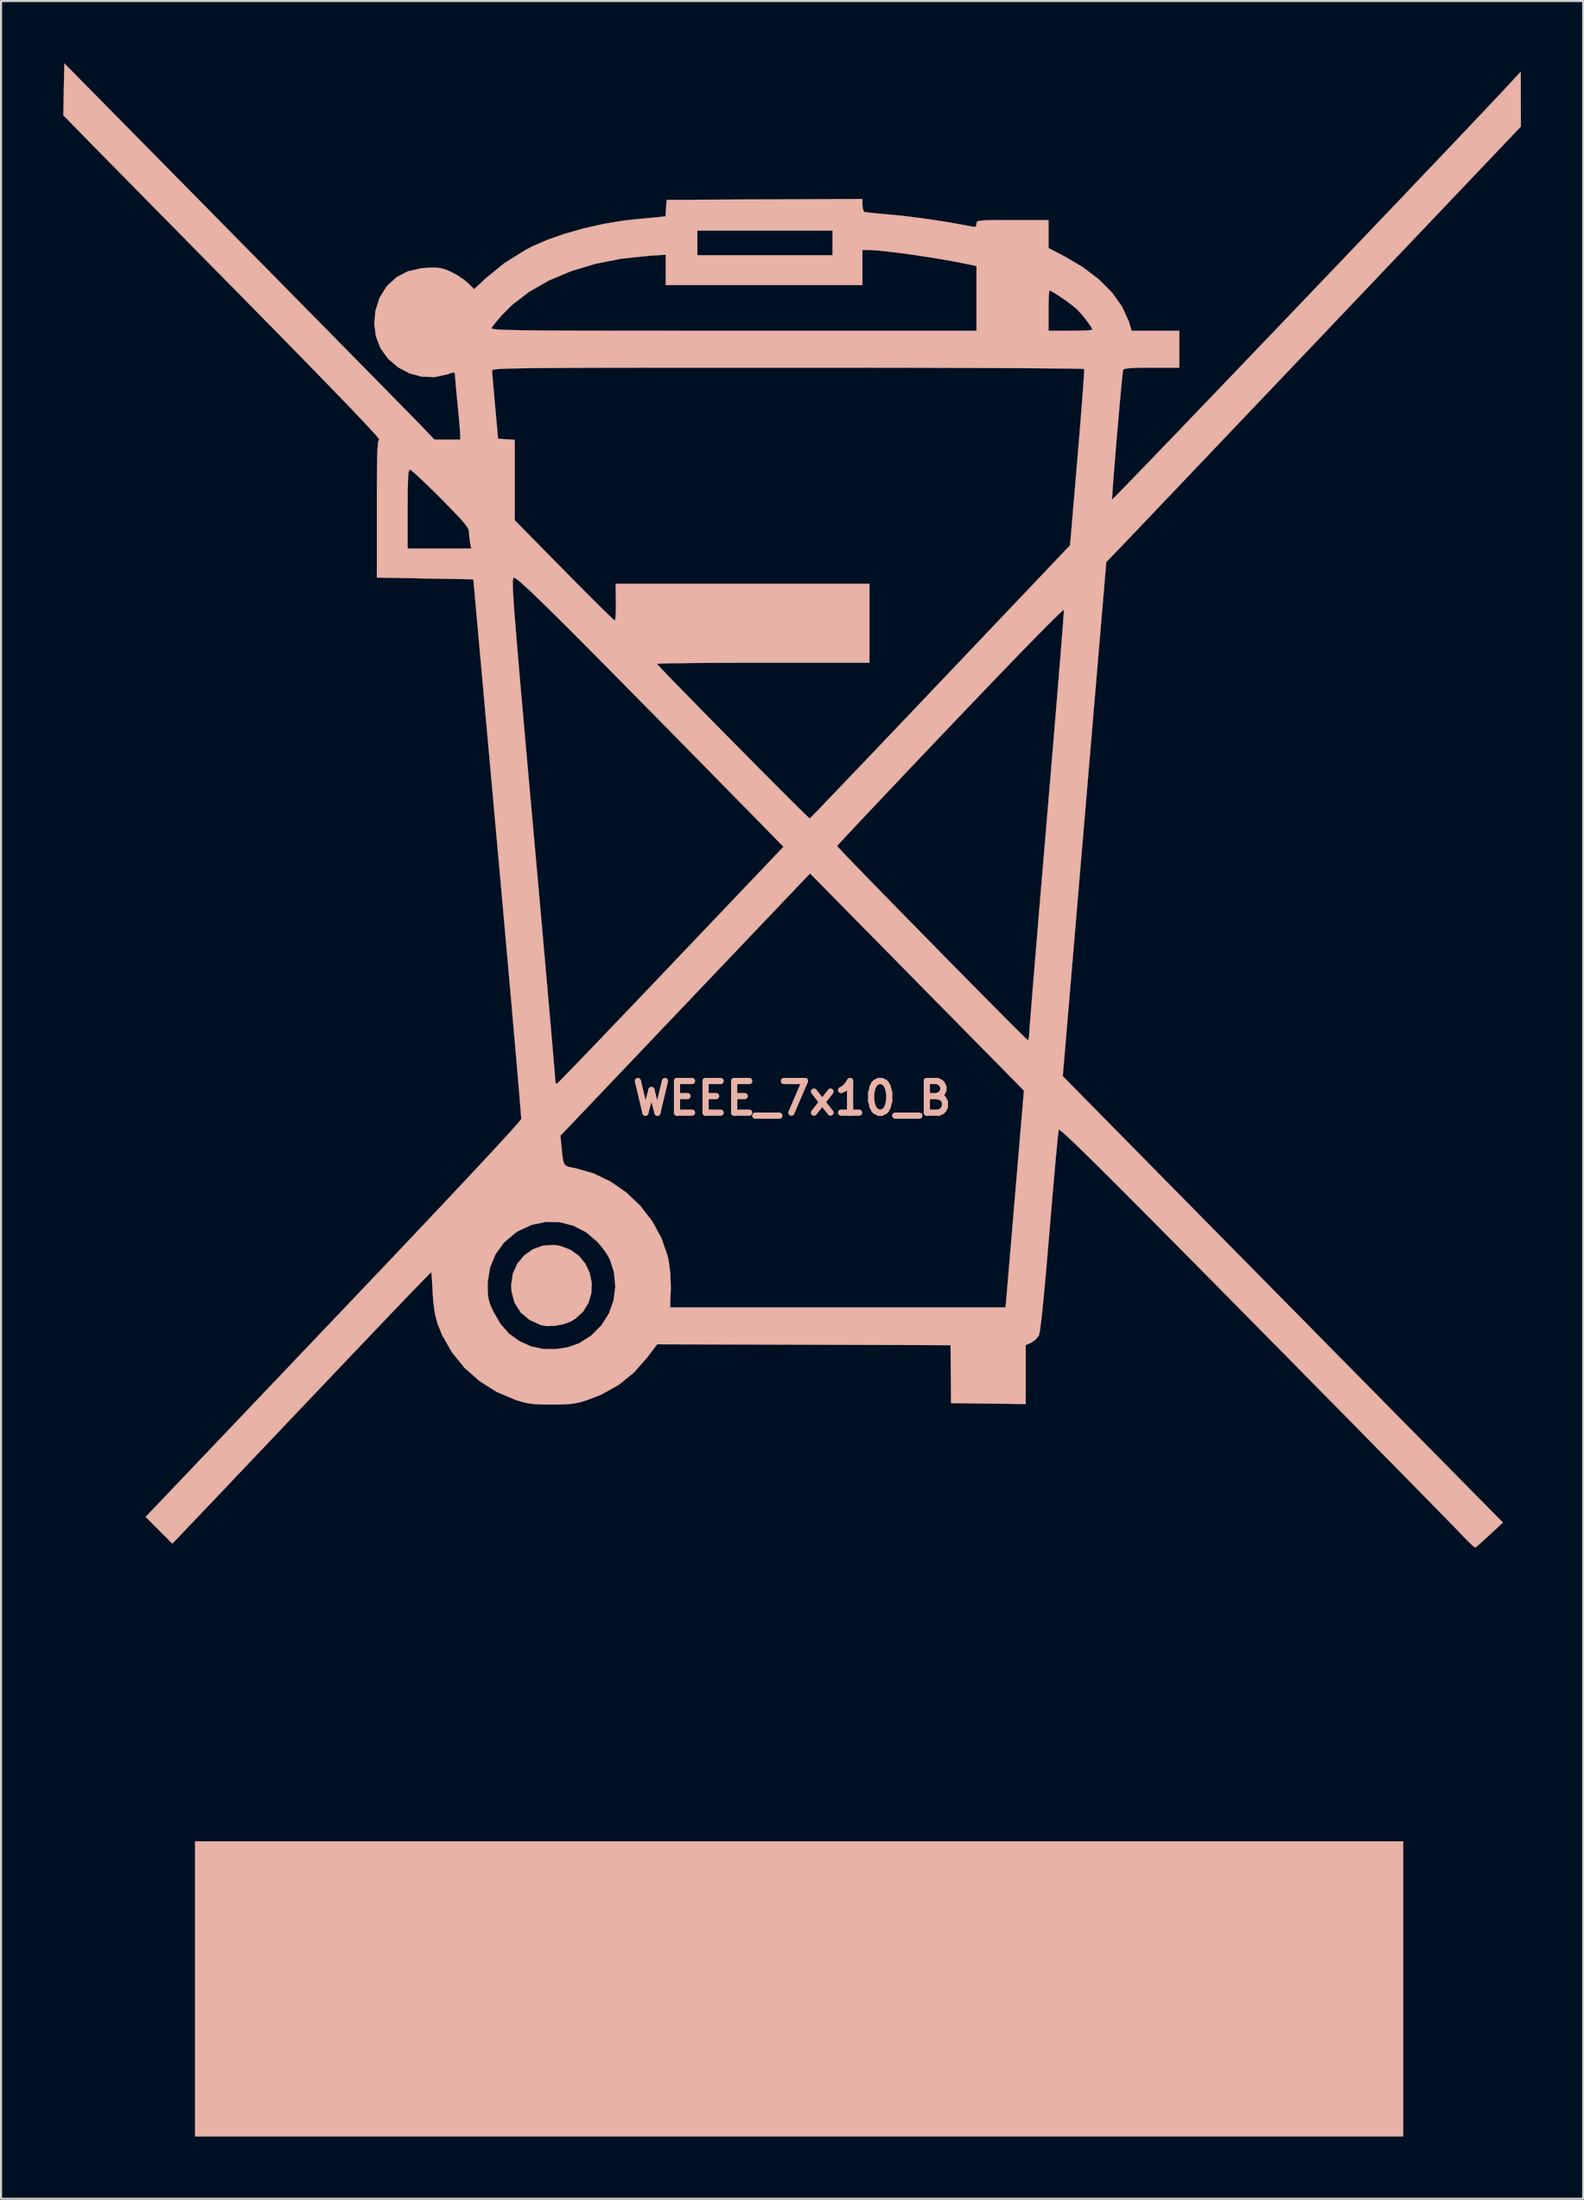
<source format=kicad_pcb>
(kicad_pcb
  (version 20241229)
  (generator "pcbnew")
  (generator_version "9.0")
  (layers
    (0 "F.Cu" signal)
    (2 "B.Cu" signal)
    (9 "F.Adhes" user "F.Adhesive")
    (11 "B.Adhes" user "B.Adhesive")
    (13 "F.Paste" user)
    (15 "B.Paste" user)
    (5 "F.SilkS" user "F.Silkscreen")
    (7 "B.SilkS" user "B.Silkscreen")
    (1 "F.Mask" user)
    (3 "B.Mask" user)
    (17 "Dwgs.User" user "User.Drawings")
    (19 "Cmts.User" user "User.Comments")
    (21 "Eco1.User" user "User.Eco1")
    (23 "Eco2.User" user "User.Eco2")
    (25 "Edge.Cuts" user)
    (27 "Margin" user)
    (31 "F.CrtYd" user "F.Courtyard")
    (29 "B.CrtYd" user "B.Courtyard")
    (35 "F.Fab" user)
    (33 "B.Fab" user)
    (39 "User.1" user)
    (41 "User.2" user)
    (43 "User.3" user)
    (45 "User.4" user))
  (footprint "WEEE_7x10_B"
    (layer "F.Cu")
    (at 35.146 49.893)
    (property "Reference" "WEEE_7x10_B" (at 0 0 0) (layer "B.SilkS") (effects (font (size 1.524 1.524) (thickness 0.3))))
    (attr through_hole)
    (fp_poly (pts (xy 29.464 50.038) (xy -28.787 50.038) (xy -28.787 35.814) (xy 29.464 35.814) (xy 29.464 50.038)) (stroke (width 0.01) (type solid)) (fill yes) (layer "B.SilkS"))
    (fp_poly (pts (xy -11.21 7.106) (xy -10.695 7.296) (xy -10.279 7.596) (xy -9.966 7.981) (xy -9.76 8.425) (xy -9.664 8.901) (xy -9.682 9.386) (xy -9.818 9.851) (xy -10.075 10.273) (xy -10.457 10.625) (xy -10.687 10.762) (xy -11.031 10.888) (xy -11.434 10.962) (xy -11.825 10.977) (xy -12.108 10.932) (xy -12.667 10.675) (xy -13.093 10.316) (xy -13.381 9.861) (xy -13.528 9.315) (xy -13.547 9.004) (xy -13.47 8.458) (xy -13.255 7.975) (xy -12.926 7.576) (xy -12.506 7.278) (xy -12.019 7.101) (xy -11.488 7.065) (xy -11.21 7.106)) (stroke (width 0.01) (type solid)) (fill yes) (layer "B.SilkS"))
    (fp_poly (pts (xy -26.797 -41.474) (xy -25.801 -40.464) (xy -24.83 -39.48) (xy -23.892 -38.528) (xy -22.994 -37.616) (xy -22.143 -36.753) (xy -21.348 -35.944) (xy -20.614 -35.199) (xy -19.951 -34.525) (xy -19.364 -33.928) (xy -18.863 -33.418) (xy -18.453 -33) (xy -18.143 -32.684) (xy -17.94 -32.476) (xy -17.872 -32.405) (xy -17.243 -31.75) (xy -16.002 -31.75) (xy -16.005 -31.983) (xy -16.014 -32.149) (xy -16.037 -32.447) (xy -16.071 -32.838) (xy -16.113 -33.285) (xy -16.129 -33.443) (xy -16.173 -33.895) (xy -16.21 -34.298) (xy -16.238 -34.617) (xy -16.252 -34.816) (xy -16.253 -34.852) (xy -16.264 -34.959) (xy -16.321 -34.991) (xy -16.467 -34.955) (xy -16.616 -34.903) (xy -17.227 -34.768) (xy -17.849 -34.787) (xy -18.452 -34.948) (xy -18.69 -35.073) (xy -14.471 -35.073) (xy -14.462 -34.944) (xy -14.439 -34.677) (xy -14.407 -34.3) (xy -14.366 -33.842) (xy -14.323 -33.359) (xy -14.181 -31.792) (xy -13.779 -31.767) (xy -13.377 -31.741) (xy -13.377 -27.865) (xy -10.997 -25.447) (xy -10.476 -24.92) (xy -9.991 -24.432) (xy -9.555 -23.996) (xy -9.182 -23.626) (xy -8.883 -23.334) (xy -8.673 -23.134) (xy -8.563 -23.036) (xy -8.551 -23.029) (xy -8.526 -23.108) (xy -8.507 -23.321) (xy -8.498 -23.634) (xy -8.498 -23.918) (xy -8.509 -24.807) (xy 3.725 -24.807) (xy 3.725 -20.997) (xy -1.397 -20.997) (xy -2.311 -20.997) (xy -3.173 -20.994) (xy -3.968 -20.99) (xy -4.681 -20.985) (xy -5.299 -20.979) (xy -5.806 -20.972) (xy -6.188 -20.964) (xy -6.431 -20.955) (xy -6.519 -20.946) (xy -6.519 -20.946) (xy -6.462 -20.876) (xy -6.297 -20.7) (xy -6.038 -20.429) (xy -5.697 -20.077) (xy -5.286 -19.655) (xy -4.818 -19.176) (xy -4.305 -18.653) (xy -3.759 -18.098) (xy -3.193 -17.524) (xy -2.62 -16.944) (xy -2.051 -16.369) (xy -1.499 -15.813) (xy -0.976 -15.288) (xy -0.496 -14.806) (xy -0.069 -14.38) (xy 0.291 -14.023) (xy 0.572 -13.748) (xy 0.761 -13.565) (xy 0.847 -13.49) (xy 0.85 -13.488) (xy 0.914 -13.551) (xy 1.086 -13.727) (xy 1.359 -14.011) (xy 1.726 -14.392) (xy 2.177 -14.864) (xy 2.707 -15.418) (xy 3.306 -16.046) (xy 3.968 -16.739) (xy 4.683 -17.489) (xy 5.445 -18.289) (xy 6.245 -19.13) (xy 6.853 -19.77) (xy 7.684 -20.643) (xy 8.485 -21.486) (xy 9.25 -22.291) (xy 9.97 -23.048) (xy 10.636 -23.749) (xy 11.241 -24.385) (xy 11.776 -24.947) (xy 12.233 -25.428) (xy 12.603 -25.818) (xy 12.879 -26.108) (xy 13.052 -26.29) (xy 13.106 -26.348) (xy 13.402 -26.66) (xy 13.76 -30.877) (xy 13.83 -31.705) (xy 13.893 -32.482) (xy 13.95 -33.191) (xy 13.998 -33.817) (xy 14.036 -34.341) (xy 14.064 -34.75) (xy 14.08 -35.025) (xy 14.083 -35.152) (xy 14.081 -35.158) (xy 13.994 -35.165) (xy 13.746 -35.171) (xy 13.347 -35.178) (xy 12.804 -35.184) (xy 12.127 -35.19) (xy 11.325 -35.195) (xy 10.406 -35.2) (xy 9.378 -35.205) (xy 8.252 -35.209) (xy 7.035 -35.212) (xy 5.737 -35.216) (xy 4.365 -35.218) (xy 2.93 -35.22) (xy 1.438 -35.221) (xy -0.099 -35.221) (xy -0.217 -35.221) (xy -2.039 -35.221) (xy -3.7 -35.221) (xy -5.206 -35.221) (xy -6.566 -35.22) (xy -7.786 -35.218) (xy -8.875 -35.217) (xy -9.839 -35.214) (xy -10.686 -35.211) (xy -11.423 -35.208) (xy -12.059 -35.203) (xy -12.601 -35.198) (xy -13.055 -35.192) (xy -13.43 -35.184) (xy -13.733 -35.176) (xy -13.972 -35.166) (xy -14.154 -35.155) (xy -14.286 -35.143) (xy -14.377 -35.129) (xy -14.433 -35.114) (xy -14.462 -35.097) (xy -14.471 -35.079) (xy -14.471 -35.073) (xy -18.69 -35.073) (xy -19.007 -35.24) (xy -19.484 -35.651) (xy -19.853 -36.165) (xy -20.071 -36.735) (xy -20.12 -37.127) (xy -14.493 -37.127) (xy -14.479 -37.108) (xy -14.439 -37.091) (xy -14.363 -37.076) (xy -14.245 -37.063) (xy -14.074 -37.051) (xy -13.844 -37.041) (xy -13.546 -37.032) (xy -13.171 -37.025) (xy -12.713 -37.019) (xy -12.161 -37.014) (xy -11.509 -37.009) (xy -10.748 -37.006) (xy -9.869 -37.004) (xy -8.865 -37.002) (xy -7.728 -37.001) (xy -6.448 -37) (xy -5.019 -36.999) (xy -3.431 -36.999) (xy -2.839 -36.999) (xy 8.89 -36.999) (xy 8.89 -37.973) (xy 12.361 -37.973) (xy 12.361 -36.999) (xy 13.42 -36.999) (xy 13.821 -37.003) (xy 14.152 -37.013) (xy 14.381 -37.027) (xy 14.477 -37.045) (xy 14.478 -37.048) (xy 14.425 -37.17) (xy 14.289 -37.375) (xy 14.102 -37.619) (xy 13.895 -37.863) (xy 13.702 -38.063) (xy 13.663 -38.098) (xy 13.462 -38.26) (xy 13.205 -38.45) (xy 12.93 -38.64) (xy 12.678 -38.804) (xy 12.488 -38.915) (xy 12.408 -38.947) (xy 12.389 -38.868) (xy 12.375 -38.653) (xy 12.365 -38.335) (xy 12.361 -37.973) (xy 8.89 -37.973) (xy 8.89 -40.118) (xy 8.462 -40.21) (xy 7.911 -40.32) (xy 7.285 -40.433) (xy 6.617 -40.543) (xy 5.94 -40.645) (xy 5.286 -40.736) (xy 4.686 -40.81) (xy 4.175 -40.864) (xy 3.783 -40.891) (xy 3.662 -40.894) (xy 3.387 -40.894) (xy 3.387 -39.201) (xy -6.096 -39.201) (xy -6.096 -40.666) (xy -6.921 -40.613) (xy -8.251 -40.472) (xy -9.505 -40.223) (xy -10.669 -39.871) (xy -11.73 -39.422) (xy -12.677 -38.882) (xy -13.494 -38.255) (xy -13.975 -37.776) (xy -14.196 -37.523) (xy -14.376 -37.302) (xy -14.482 -37.157) (xy -14.487 -37.148) (xy -14.493 -37.127) (xy -20.12 -37.127) (xy -20.148 -37.354) (xy -20.088 -37.981) (xy -19.896 -38.578) (xy -19.575 -39.107) (xy -19.524 -39.168) (xy -19.068 -39.585) (xy -18.527 -39.864) (xy -17.889 -40.01) (xy -17.642 -40.031) (xy -17.27 -40.044) (xy -17 -40.026) (xy -16.765 -39.969) (xy -16.498 -39.861) (xy -16.455 -39.841) (xy -16.128 -39.665) (xy -15.812 -39.45) (xy -15.646 -39.31) (xy -15.332 -39.005) (xy -14.762 -39.538) (xy -13.881 -40.255) (xy -12.866 -40.889) (xy -12.542 -41.059) (xy -11.823 -41.375) (xy -10.98 -41.669) (xy -10.43 -41.825) (xy -4.572 -41.825) (xy -4.572 -40.64) (xy 1.947 -40.64) (xy 1.947 -41.825) (xy -4.572 -41.825) (xy -10.43 -41.825) (xy -10.059 -41.93) (xy -9.105 -42.146) (xy -8.163 -42.304) (xy -7.578 -42.37) (xy -7.194 -42.405) (xy -6.802 -42.443) (xy -6.545 -42.468) (xy -6.105 -42.514) (xy -6.079 -42.91) (xy -6.054 -43.307) (xy -1.333 -43.329) (xy 3.387 -43.351) (xy 3.387 -43.051) (xy 3.414 -42.842) (xy 3.481 -42.726) (xy 3.493 -42.721) (xy 3.612 -42.704) (xy 3.866 -42.676) (xy 4.221 -42.642) (xy 4.642 -42.605) (xy 4.768 -42.595) (xy 5.384 -42.533) (xy 6.106 -42.443) (xy 6.877 -42.333) (xy 7.639 -42.211) (xy 8.332 -42.087) (xy 8.615 -42.031) (xy 8.803 -42.005) (xy 8.878 -42.052) (xy 8.89 -42.153) (xy 8.895 -42.214) (xy 8.923 -42.259) (xy 8.997 -42.291) (xy 9.138 -42.312) (xy 9.368 -42.325) (xy 9.708 -42.331) (xy 10.179 -42.333) (xy 10.626 -42.333) (xy 12.361 -42.333) (xy 12.361 -40.987) (xy 13.102 -40.602) (xy 14.015 -40.065) (xy 14.792 -39.475) (xy 15.425 -38.839) (xy 15.905 -38.167) (xy 16.226 -37.465) (xy 16.26 -37.359) (xy 16.367 -36.999) (xy 18.669 -36.999) (xy 18.669 -35.221) (xy 17.333 -35.221) (xy 16.789 -35.218) (xy 16.397 -35.205) (xy 16.139 -35.183) (xy 15.998 -35.149) (xy 15.959 -35.115) (xy 15.942 -35.006) (xy 15.914 -34.753) (xy 15.877 -34.379) (xy 15.833 -33.907) (xy 15.783 -33.361) (xy 15.731 -32.763) (xy 15.676 -32.136) (xy 15.623 -31.505) (xy 15.572 -30.891) (xy 15.526 -30.317) (xy 15.486 -29.808) (xy 15.455 -29.386) (xy 15.434 -29.074) (xy 15.426 -28.896) (xy 15.427 -28.863) (xy 15.486 -28.918) (xy 15.655 -29.087) (xy 15.925 -29.363) (xy 16.29 -29.739) (xy 16.742 -30.206) (xy 17.274 -30.758) (xy 17.878 -31.385) (xy 18.547 -32.08) (xy 19.273 -32.837) (xy 20.05 -33.646) (xy 20.869 -34.5) (xy 21.723 -35.391) (xy 22.605 -36.313) (xy 23.508 -37.256) (xy 24.423 -38.213) (xy 25.344 -39.176) (xy 26.263 -40.138) (xy 27.173 -41.091) (xy 28.066 -42.027) (xy 28.936 -42.938) (xy 29.773 -43.816) (xy 30.572 -44.655) (xy 31.324 -45.446) (xy 32.023 -46.181) (xy 32.66 -46.852) (xy 33.229 -47.452) (xy 33.721 -47.974) (xy 34.131 -48.408) (xy 34.449 -48.749) (xy 34.605 -48.917) (xy 35.132 -49.488) (xy 35.134 -48.165) (xy 35.137 -46.843) (xy 25.56 -36.777) (xy 24.505 -35.668) (xy 23.477 -34.589) (xy 22.483 -33.544) (xy 21.53 -32.543) (xy 20.623 -31.591) (xy 19.77 -30.694) (xy 18.977 -29.861) (xy 18.25 -29.098) (xy 17.595 -28.411) (xy 17.02 -27.807) (xy 16.531 -27.293) (xy 16.133 -26.876) (xy 15.834 -26.563) (xy 15.64 -26.36) (xy 15.564 -26.282) (xy 15.146 -25.851) (xy 14.097 -13.46) (xy 13.048 -1.069) (xy 17.309 3.254) (xy 18 3.956) (xy 18.794 4.761) (xy 19.674 5.654) (xy 20.624 6.617) (xy 21.628 7.635) (xy 22.668 8.69) (xy 23.729 9.765) (xy 24.793 10.844) (xy 25.846 11.911) (xy 26.87 12.949) (xy 27.849 13.941) (xy 27.919 14.012) (xy 34.27 20.447) (xy 33.632 21.04) (xy 33.361 21.289) (xy 33.136 21.491) (xy 32.986 21.621) (xy 32.941 21.654) (xy 32.866 21.605) (xy 32.7 21.454) (xy 32.467 21.224) (xy 32.192 20.938) (xy 32.17 20.916) (xy 32.03 20.769) (xy 31.777 20.51) (xy 31.42 20.144) (xy 30.965 19.679) (xy 30.419 19.123) (xy 29.789 18.481) (xy 29.082 17.763) (xy 28.306 16.974) (xy 27.468 16.122) (xy 26.574 15.215) (xy 25.631 14.258) (xy 24.647 13.26) (xy 23.629 12.228) (xy 22.584 11.168) (xy 22.183 10.762) (xy 20.889 9.452) (xy 19.71 8.258) (xy 18.64 7.178) (xy 17.677 6.207) (xy 16.815 5.34) (xy 16.051 4.573) (xy 15.38 3.903) (xy 14.798 3.324) (xy 14.302 2.834) (xy 13.886 2.428) (xy 13.547 2.101) (xy 13.28 1.85) (xy 13.082 1.67) (xy 12.948 1.558) (xy 12.874 1.509) (xy 12.855 1.51) (xy 12.838 1.618) (xy 12.809 1.88) (xy 12.769 2.279) (xy 12.72 2.8) (xy 12.662 3.428) (xy 12.599 4.146) (xy 12.53 4.94) (xy 12.458 5.793) (xy 12.405 6.43) (xy 12.305 7.62) (xy 12.215 8.644) (xy 12.136 9.504) (xy 12.066 10.204) (xy 12.006 10.746) (xy 11.956 11.132) (xy 11.914 11.366) (xy 11.891 11.438) (xy 11.727 11.639) (xy 11.517 11.781) (xy 11.261 11.895) (xy 11.261 14.735) (xy 9.461 14.713) (xy 7.662 14.69) (xy 7.64 11.896) (xy 0.565 11.874) (xy -6.509 11.852) (xy -6.979 12.477) (xy -7.632 13.219) (xy -8.373 13.818) (xy -9.214 14.286) (xy -9.864 14.537) (xy -10.187 14.636) (xy -10.475 14.701) (xy -10.78 14.739) (xy -11.155 14.756) (xy -11.599 14.76) (xy -12.082 14.755) (xy -12.447 14.736) (xy -12.748 14.696) (xy -13.036 14.629) (xy -13.335 14.536) (xy -14.247 14.151) (xy -15.073 13.63) (xy -15.797 12.989) (xy -16.404 12.242) (xy -16.881 11.404) (xy -17.106 10.837) (xy -17.226 10.373) (xy -17.303 9.807) (xy -17.335 9.335) (xy -17.351 9.017) (xy -14.683 9.017) (xy -14.676 9.4) (xy -14.637 9.691) (xy -14.55 9.965) (xy -14.427 10.245) (xy -14.072 10.865) (xy -13.652 11.345) (xy -13.141 11.709) (xy -12.59 11.955) (xy -12.036 12.078) (xy -11.421 12.091) (xy -10.81 11.999) (xy -10.282 11.812) (xy -9.68 11.43) (xy -9.194 10.94) (xy -8.834 10.368) (xy -8.608 9.734) (xy -8.525 9.063) (xy -8.592 8.378) (xy -8.795 7.751) (xy -8.944 7.488) (xy -9.166 7.179) (xy -9.396 6.911) (xy -9.94 6.45) (xy -10.552 6.136) (xy -11.206 5.97) (xy -11.88 5.956) (xy -12.551 6.095) (xy -13.196 6.39) (xy -13.352 6.489) (xy -13.899 6.956) (xy -14.306 7.516) (xy -14.568 8.159) (xy -14.68 8.873) (xy -14.683 9.017) (xy -17.351 9.017) (xy -17.354 8.956) (xy -17.372 8.648) (xy -17.388 8.446) (xy -17.398 8.382) (xy -17.439 8.416) (xy -17.547 8.52) (xy -17.725 8.7) (xy -17.977 8.958) (xy -18.308 9.301) (xy -18.722 9.732) (xy -19.223 10.255) (xy -19.816 10.875) (xy -20.504 11.597) (xy -21.293 12.425) (xy -22.185 13.363) (xy -23.186 14.416) (xy -24.17 15.452) (xy -24.941 16.264) (xy -25.684 17.046) (xy -26.389 17.788) (xy -27.048 18.481) (xy -27.651 19.116) (xy -28.19 19.683) (xy -28.656 20.172) (xy -29.04 20.575) (xy -29.332 20.883) (xy -29.524 21.084) (xy -29.602 21.166) (xy -29.888 21.461) (xy -30.53 20.819) (xy -31.173 20.176) (xy -22.127 10.676) (xy -20.859 9.343) (xy -19.676 8.098) (xy -18.581 6.943) (xy -17.577 5.881) (xy -16.666 4.916) (xy -15.852 4.049) (xy -15.136 3.284) (xy -14.521 2.624) (xy -14.011 2.071) (xy -13.765 1.802) (xy -11.175 1.802) (xy -11.129 2.277) (xy -11.088 2.694) (xy -11.05 2.975) (xy -10.996 3.151) (xy -10.905 3.251) (xy -10.758 3.308) (xy -10.536 3.353) (xy -10.445 3.37) (xy -9.573 3.619) (xy -8.75 4.016) (xy -7.993 4.543) (xy -7.322 5.181) (xy -6.755 5.912) (xy -6.312 6.716) (xy -6.01 7.576) (xy -5.961 7.789) (xy -5.877 8.401) (xy -5.853 9.094) (xy -5.857 9.25) (xy -5.884 10.075) (xy 2.204 10.075) (xy 10.293 10.075) (xy 11.177 -0.374) (xy 9.755 -1.817) (xy 9.431 -2.145) (xy 9.005 -2.577) (xy 8.492 -3.098) (xy 7.908 -3.691) (xy 7.267 -4.341) (xy 6.587 -5.031) (xy 5.884 -5.745) (xy 5.172 -6.468) (xy 4.597 -7.051) (xy 0.863 -10.842) (xy -11.175 1.802) (xy -13.765 1.802) (xy -13.607 1.629) (xy -13.313 1.3) (xy -13.13 1.086) (xy -13.063 0.992) (xy -13.062 0.99) (xy -13.068 0.886) (xy -13.088 0.623) (xy -13.121 0.209) (xy -13.168 -0.345) (xy -13.226 -1.031) (xy -13.296 -1.839) (xy -13.376 -2.759) (xy -13.466 -3.784) (xy -13.564 -4.902) (xy -13.671 -6.106) (xy -13.785 -7.385) (xy -13.905 -8.73) (xy -14.03 -10.133) (xy -14.161 -11.583) (xy -14.208 -12.107) (xy -15.36 -24.889) (xy -13.471 -24.889) (xy -13.471 -24.731) (xy -13.463 -24.514) (xy -13.449 -24.231) (xy -13.426 -23.875) (xy -13.395 -23.436) (xy -13.354 -22.907) (xy -13.303 -22.28) (xy -13.242 -21.547) (xy -13.17 -20.7) (xy -13.086 -19.731) (xy -12.989 -18.632) (xy -12.88 -17.395) (xy -12.757 -16.011) (xy -12.619 -14.474) (xy -12.496 -13.1) (xy -12.37 -11.694) (xy -12.248 -10.331) (xy -12.131 -9.022) (xy -12.021 -7.776) (xy -11.917 -6.602) (xy -11.82 -5.511) (xy -11.733 -4.513) (xy -11.654 -3.617) (xy -11.586 -2.834) (xy -11.529 -2.172) (xy -11.485 -1.642) (xy -11.453 -1.254) (xy -11.434 -1.018) (xy -11.43 -0.945) (xy -11.41 -0.764) (xy -11.361 -0.69) (xy -11.353 -0.691) (xy -11.285 -0.756) (xy -11.108 -0.934) (xy -10.831 -1.218) (xy -10.462 -1.599) (xy -10.01 -2.068) (xy -9.482 -2.617) (xy -8.887 -3.238) (xy -8.233 -3.921) (xy -7.529 -4.658) (xy -6.782 -5.441) (xy -6.001 -6.261) (xy -5.846 -6.424) (xy -0.417 -12.127) (xy -0.455 -12.166) (xy 2.166 -12.166) (xy 2.222 -12.098) (xy 2.387 -11.922) (xy 2.649 -11.647) (xy 2.996 -11.286) (xy 3.419 -10.85) (xy 3.906 -10.349) (xy 4.445 -9.796) (xy 5.026 -9.202) (xy 5.638 -8.577) (xy 6.27 -7.933) (xy 6.91 -7.281) (xy 7.547 -6.633) (xy 8.171 -6) (xy 8.771 -5.392) (xy 9.335 -4.822) (xy 9.852 -4.301) (xy 10.311 -3.839) (xy 10.702 -3.448) (xy 11.012 -3.14) (xy 11.232 -2.925) (xy 11.35 -2.815) (xy 11.367 -2.802) (xy 11.409 -2.871) (xy 11.43 -3.049) (xy 11.43 -3.084) (xy 11.437 -3.205) (xy 11.458 -3.483) (xy 11.491 -3.909) (xy 11.536 -4.471) (xy 11.591 -5.158) (xy 11.657 -5.961) (xy 11.732 -6.868) (xy 11.815 -7.868) (xy 11.905 -8.95) (xy 12.002 -10.105) (xy 12.104 -11.32) (xy 12.211 -12.586) (xy 12.279 -13.392) (xy 12.388 -14.68) (xy 12.493 -15.922) (xy 12.592 -17.108) (xy 12.685 -18.227) (xy 12.771 -19.268) (xy 12.849 -20.221) (xy 12.918 -21.075) (xy 12.978 -21.821) (xy 13.027 -22.446) (xy 13.065 -22.941) (xy 13.091 -23.296) (xy 13.104 -23.499) (xy 13.105 -23.544) (xy 13.043 -23.507) (xy 12.871 -23.351) (xy 12.592 -23.081) (xy 12.212 -22.701) (xy 11.734 -22.217) (xy 11.163 -21.633) (xy 10.505 -20.954) (xy 9.764 -20.184) (xy 8.944 -19.33) (xy 8.051 -18.394) (xy 7.627 -17.949) (xy 6.839 -17.121) (xy 6.086 -16.328) (xy 5.374 -15.579) (xy 4.713 -14.881) (xy 4.11 -14.243) (xy 3.573 -13.675) (xy 3.111 -13.185) (xy 2.731 -12.78) (xy 2.442 -12.471) (xy 2.252 -12.265) (xy 2.169 -12.171) (xy 2.166 -12.166) (xy -0.455 -12.166) (xy -2.048 -13.79) (xy -3.432 -15.198) (xy -4.701 -16.491) (xy -5.862 -17.671) (xy -6.919 -18.744) (xy -7.876 -19.715) (xy -8.738 -20.587) (xy -9.509 -21.365) (xy -10.195 -22.055) (xy -10.801 -22.661) (xy -11.329 -23.187) (xy -11.786 -23.638) (xy -12.177 -24.019) (xy -12.504 -24.334) (xy -12.774 -24.588) (xy -12.991 -24.785) (xy -13.16 -24.931) (xy -13.285 -25.029) (xy -13.371 -25.085) (xy -13.422 -25.103) (xy -13.438 -25.097) (xy -13.454 -25.064) (xy -13.465 -24.998) (xy -13.471 -24.889) (xy -15.36 -24.889) (xy -15.372 -25.019) (xy -17.698 -25.061) (xy -20.024 -25.104) (xy -20.024 -28.406) (xy -18.542 -28.406) (xy -18.542 -26.501) (xy -15.473 -26.501) (xy -15.526 -26.765) (xy -15.565 -27.052) (xy -15.579 -27.289) (xy -15.593 -27.388) (xy -15.647 -27.507) (xy -15.754 -27.661) (xy -15.927 -27.867) (xy -16.182 -28.142) (xy -16.531 -28.503) (xy -16.951 -28.929) (xy -17.348 -29.324) (xy -17.709 -29.674) (xy -18.016 -29.964) (xy -18.252 -30.176) (xy -18.398 -30.293) (xy -18.433 -30.311) (xy -18.47 -30.276) (xy -18.498 -30.162) (xy -18.518 -29.95) (xy -18.531 -29.625) (xy -18.539 -29.168) (xy -18.542 -28.562) (xy -18.542 -28.406) (xy -20.024 -28.406) (xy -20.023 -29.264) (xy -20.02 -29.968) (xy -20.014 -30.531) (xy -20.005 -30.968) (xy -19.992 -31.293) (xy -19.976 -31.519) (xy -19.954 -31.663) (xy -19.928 -31.737) (xy -19.909 -31.754) (xy -19.948 -31.822) (xy -20.105 -32.006) (xy -20.378 -32.306) (xy -20.764 -32.717) (xy -21.26 -33.239) (xy -21.865 -33.868) (xy -22.577 -34.602) (xy -23.392 -35.439) (xy -24.309 -36.376) (xy -25.325 -37.411) (xy -26.424 -38.528) (xy -27.326 -39.443) (xy -28.211 -40.341) (xy -29.069 -41.212) (xy -29.892 -42.047) (xy -30.67 -42.837) (xy -31.394 -43.572) (xy -32.055 -44.243) (xy -32.644 -44.841) (xy -33.151 -45.356) (xy -33.567 -45.779) (xy -33.883 -46.1) (xy -34.09 -46.311) (xy -34.098 -46.319) (xy -35.141 -47.384) (xy -35.118 -48.636) (xy -35.094 -49.888) (xy -26.797 -41.474)) (stroke (width 0.01) (type solid)) (fill yes) (layer "B.SilkS")))
  (gr_rect
    (start -3 -3)
    (end 73.288 102.936)
    (stroke (width 0.1) (type default))
    (fill no)
    (layer "Edge.Cuts")))
</source>
